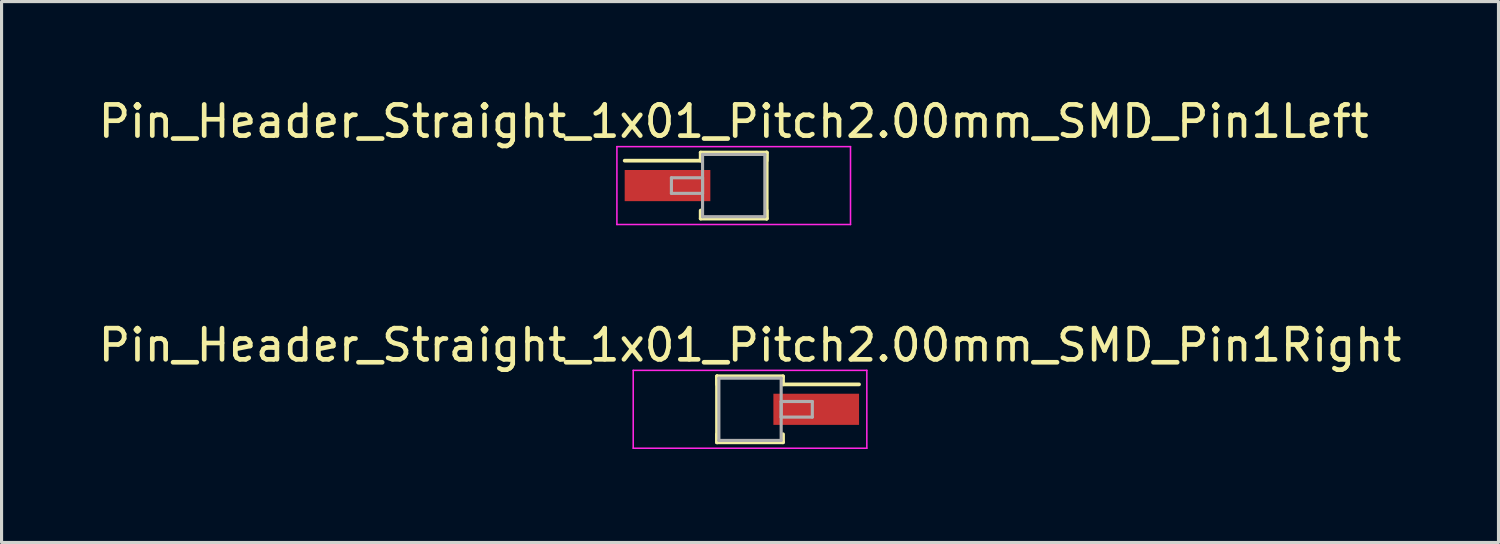
<source format=kicad_pcb>
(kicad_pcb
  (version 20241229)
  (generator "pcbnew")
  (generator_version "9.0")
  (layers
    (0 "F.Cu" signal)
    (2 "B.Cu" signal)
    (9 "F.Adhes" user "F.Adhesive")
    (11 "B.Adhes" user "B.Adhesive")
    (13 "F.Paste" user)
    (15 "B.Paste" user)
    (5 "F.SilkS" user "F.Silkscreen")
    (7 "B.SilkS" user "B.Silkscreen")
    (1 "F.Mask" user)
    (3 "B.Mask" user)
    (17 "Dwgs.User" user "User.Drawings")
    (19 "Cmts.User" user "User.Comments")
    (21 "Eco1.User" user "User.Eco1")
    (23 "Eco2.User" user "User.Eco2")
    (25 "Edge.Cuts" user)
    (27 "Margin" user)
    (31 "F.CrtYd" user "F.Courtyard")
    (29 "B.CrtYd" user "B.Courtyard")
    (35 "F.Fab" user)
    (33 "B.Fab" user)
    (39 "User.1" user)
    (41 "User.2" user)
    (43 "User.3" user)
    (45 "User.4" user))
  (footprint "Pin_Header_Straight_1x01_Pitch2.00mm_SMD_Pin1Left"
    (layer "F.Cu")
    (at 20.506 2.908)
    (property "Reference" "Pin_Header_Straight_1x01_Pitch2.00mm_SMD_Pin1Left" (at 0 -2.06 0) (layer "F.SilkS") (effects (font (size 1 1) (thickness 0.15))))
    (attr smd)
    (fp_line (start -1.06 -1.06) (end 1.06 -1.06) (stroke (width 0.12) (type solid)) (layer "F.SilkS"))
    (fp_line (start -1.06 -0.8) (end -3.5 -0.8) (stroke (width 0.12) (type solid)) (layer "F.SilkS"))
    (fp_line (start -1.06 -0.8) (end -1.06 -1.06) (stroke (width 0.12) (type solid)) (layer "F.SilkS"))
    (fp_line (start -1.06 0.8) (end -1.06 1.06) (stroke (width 0.12) (type solid)) (layer "F.SilkS"))
    (fp_line (start -1.06 1.06) (end 1.06 1.06) (stroke (width 0.12) (type solid)) (layer "F.SilkS"))
    (fp_line (start 1.06 -1.06) (end 1.06 -0.8) (stroke (width 0.12) (type solid)) (layer "F.SilkS"))
    (fp_line (start 1.06 -1.06) (end 1.06 1.06) (stroke (width 0.12) (type solid)) (layer "F.SilkS"))
    (fp_line (start 1.06 1.06) (end 1.06 0.8) (stroke (width 0.12) (type solid)) (layer "F.SilkS"))
    (fp_line (start -3.75 -1.25) (end -3.75 1.25) (stroke (width 0.05) (type solid)) (layer "F.CrtYd"))
    (fp_line (start -3.75 1.25) (end 3.75 1.25) (stroke (width 0.05) (type solid)) (layer "F.CrtYd"))
    (fp_line (start 3.75 -1.25) (end -3.75 -1.25) (stroke (width 0.05) (type solid)) (layer "F.CrtYd"))
    (fp_line (start 3.75 1.25) (end 3.75 -1.25) (stroke (width 0.05) (type solid)) (layer "F.CrtYd"))
    (fp_line (start -2 -0.25) (end -1 -0.25) (stroke (width 0.1) (type solid)) (layer "F.Fab"))
    (fp_line (start -2 0.25) (end -2 -0.25) (stroke (width 0.1) (type solid)) (layer "F.Fab"))
    (fp_line (start -1 -1) (end -1 1) (stroke (width 0.1) (type solid)) (layer "F.Fab"))
    (fp_line (start -1 -0.25) (end -1 0.25) (stroke (width 0.1) (type solid)) (layer "F.Fab"))
    (fp_line (start -1 0.25) (end -2 0.25) (stroke (width 0.1) (type solid)) (layer "F.Fab"))
    (fp_line (start -1 1) (end 1 1) (stroke (width 0.1) (type solid)) (layer "F.Fab"))
    (fp_line (start 1 -1) (end -1 -1) (stroke (width 0.1) (type solid)) (layer "F.Fab"))
    (fp_line (start 1 1) (end 1 -1) (stroke (width 0.1) (type solid)) (layer "F.Fab"))
    (pad "1" smd rect (at -2.125 0) (size 2.75 1) (layers "F.Cu" "F.Mask")))
  (footprint "Pin_Header_Straight_1x01_Pitch2.00mm_SMD_Pin1Right"
    (layer "F.Cu")
    (at 21.03 10.091)
    (property "Reference" "Pin_Header_Straight_1x01_Pitch2.00mm_SMD_Pin1Right" (at 0 -2.06 0) (layer "F.SilkS") (effects (font (size 1 1) (thickness 0.15))))
    (attr smd)
    (fp_line (start -1.06 -1.06) (end -1.06 1.06) (stroke (width 0.12) (type solid)) (layer "F.SilkS"))
    (fp_line (start -1.06 -1.06) (end 1.06 -1.06) (stroke (width 0.12) (type solid)) (layer "F.SilkS"))
    (fp_line (start -1.06 -0.8) (end -1.06 -1.06) (stroke (width 0.12) (type solid)) (layer "F.SilkS"))
    (fp_line (start -1.06 0.8) (end -1.06 1.06) (stroke (width 0.12) (type solid)) (layer "F.SilkS"))
    (fp_line (start -1.06 1.06) (end 1.06 1.06) (stroke (width 0.12) (type solid)) (layer "F.SilkS"))
    (fp_line (start 1.06 -1.06) (end 1.06 -0.8) (stroke (width 0.12) (type solid)) (layer "F.SilkS"))
    (fp_line (start 1.06 -0.8) (end 3.5 -0.8) (stroke (width 0.12) (type solid)) (layer "F.SilkS"))
    (fp_line (start 1.06 1.06) (end 1.06 0.8) (stroke (width 0.12) (type solid)) (layer "F.SilkS"))
    (fp_line (start -3.75 -1.25) (end -3.75 1.25) (stroke (width 0.05) (type solid)) (layer "F.CrtYd"))
    (fp_line (start -3.75 1.25) (end 3.75 1.25) (stroke (width 0.05) (type solid)) (layer "F.CrtYd"))
    (fp_line (start 3.75 -1.25) (end -3.75 -1.25) (stroke (width 0.05) (type solid)) (layer "F.CrtYd"))
    (fp_line (start 3.75 1.25) (end 3.75 -1.25) (stroke (width 0.05) (type solid)) (layer "F.CrtYd"))
    (fp_line (start -1 -1) (end -1 1) (stroke (width 0.1) (type solid)) (layer "F.Fab"))
    (fp_line (start -1 1) (end 1 1) (stroke (width 0.1) (type solid)) (layer "F.Fab"))
    (fp_line (start 1 -1) (end -1 -1) (stroke (width 0.1) (type solid)) (layer "F.Fab"))
    (fp_line (start 1 -0.25) (end 1 0.25) (stroke (width 0.1) (type solid)) (layer "F.Fab"))
    (fp_line (start 1 0.25) (end 2 0.25) (stroke (width 0.1) (type solid)) (layer "F.Fab"))
    (fp_line (start 1 1) (end 1 -1) (stroke (width 0.1) (type solid)) (layer "F.Fab"))
    (fp_line (start 2 -0.25) (end 1 -0.25) (stroke (width 0.1) (type solid)) (layer "F.Fab"))
    (fp_line (start 2 0.25) (end 2 -0.25) (stroke (width 0.1) (type solid)) (layer "F.Fab"))
    (pad "1" smd rect (at 2.125 0) (size 2.75 1) (layers "F.Cu" "F.Mask")))
  (gr_rect
    (start -3 -3)
    (end 45.06 14.367)
    (stroke (width 0.1) (type default))
    (fill no)
    (layer "Edge.Cuts")))
</source>
